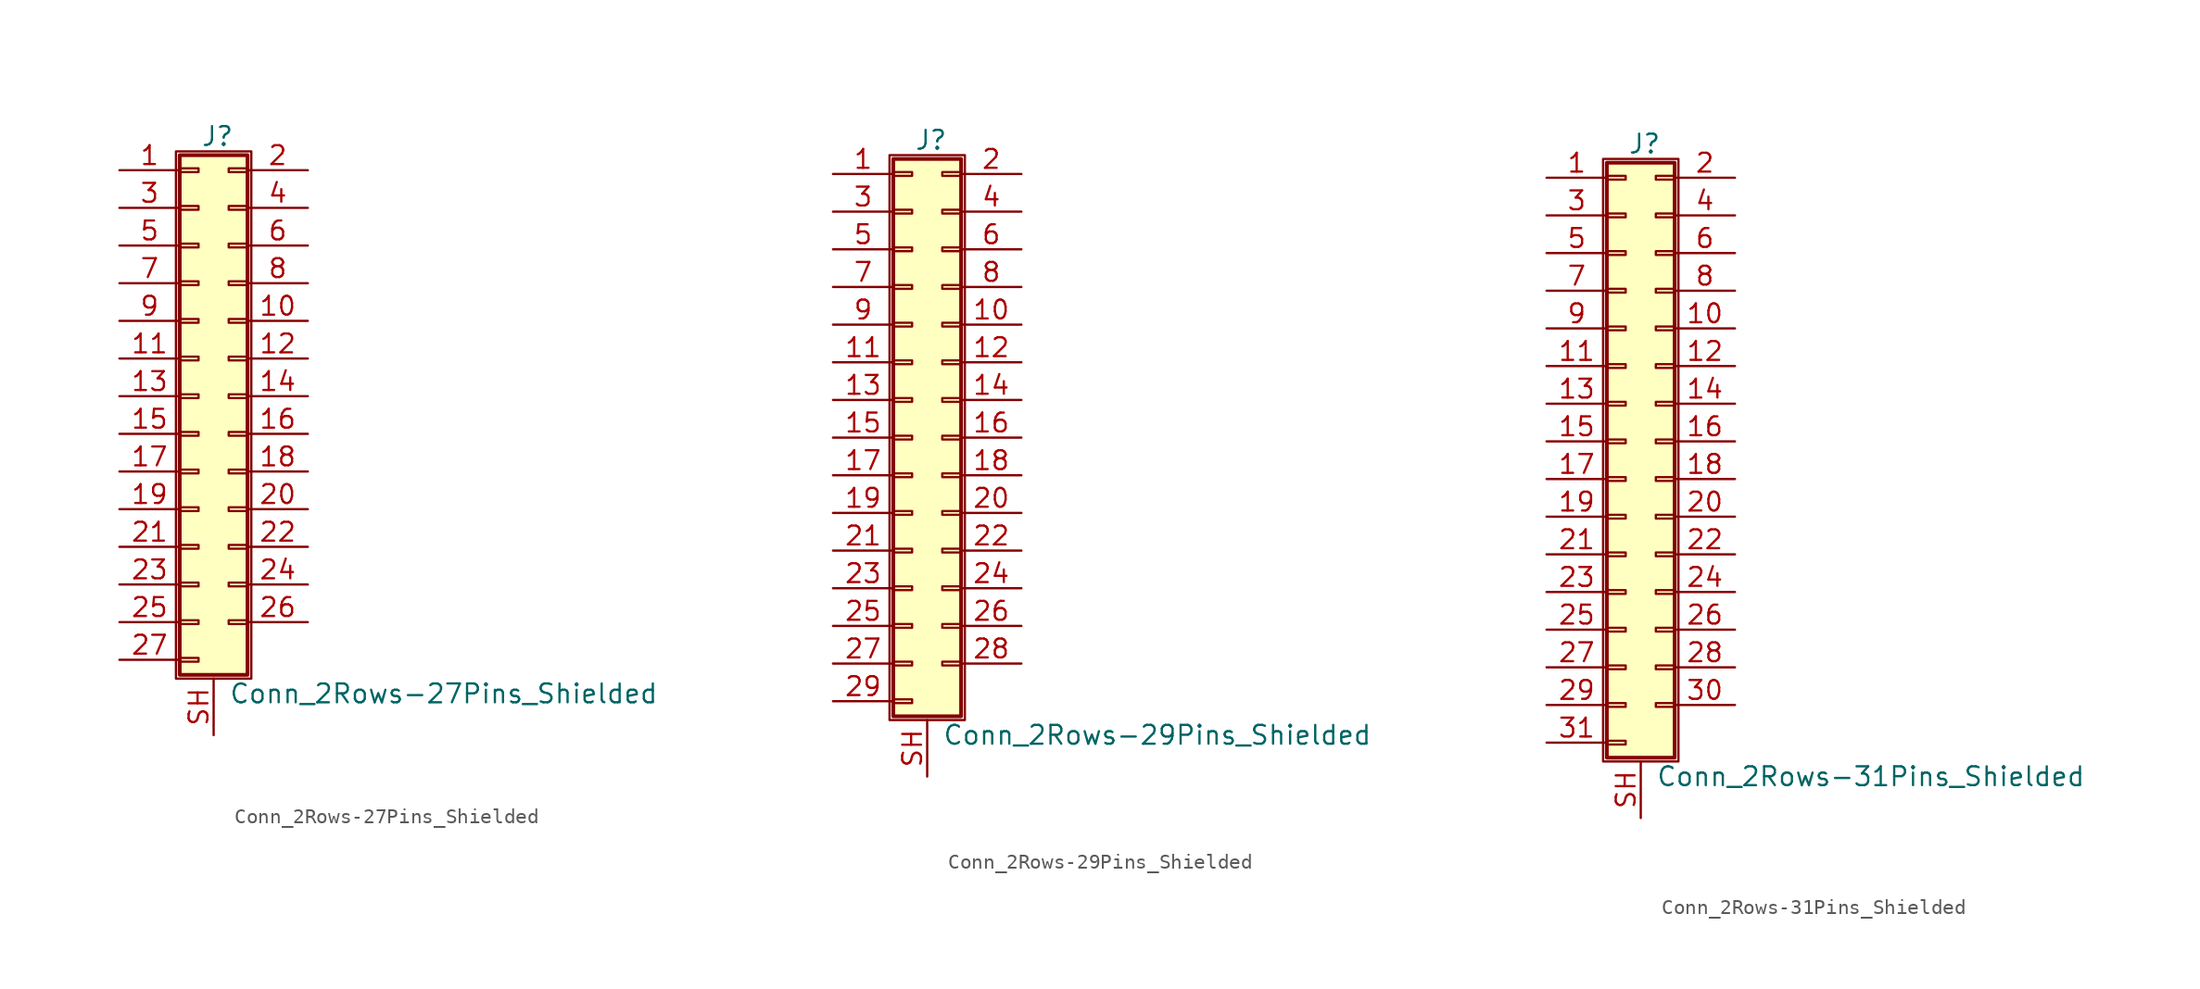
<source format=kicad_sym>
(kicad_symbol_lib
  (version 20200908)
  (generator kicad_symbol_editor)
  (symbol "Connector_Generic_Shielded:Conn_2Rows-27Pins_Shielded"
    (pin_names
      (offset 1.016) hide)
    (property "Reference" "J"
      (at 1.524 17.526 0)
      (effects (font (size 1.27 1.27))))
    (property "Value" "Conn_2Rows-27Pins_Shielded"
      (at 2.286 -20.066 0)
      (effects (font (size 1.27 1.27)) (justify left)))
    (symbol "Conn_2Rows-27Pins_Shielded_1_1"
      (rectangle (start -1.016 -4.953) (end 0.254 -5.207) (stroke (width 0.152)) (fill (type none)))
      (rectangle (start -1.016 -7.493) (end 0.254 -7.747) (stroke (width 0.152)) (fill (type none)))
      (rectangle (start -1.016 -10.033) (end 0.254 -10.287) (stroke (width 0.152)) (fill (type none)))
      (rectangle (start -1.016 -12.573) (end 0.254 -12.827) (stroke (width 0.152)) (fill (type none)))
      (rectangle (start -1.016 -15.113) (end 0.254 -15.367) (stroke (width 0.152)) (fill (type none)))
      (rectangle (start -1.016 -17.653) (end 0.254 -17.907) (stroke (width 0.152)) (fill (type none)))
      (rectangle (start -1.016 -2.413) (end 0.254 -2.667) (stroke (width 0.152)) (fill (type none)))
      (rectangle (start -1.016 2.667) (end 0.254 2.413) (stroke (width 0.152)) (fill (type none)))
      (rectangle (start -1.016 5.207) (end 0.254 4.953) (stroke (width 0.152)) (fill (type none)))
      (rectangle (start -1.016 7.747) (end 0.254 7.493) (stroke (width 0.152)) (fill (type none)))
      (rectangle (start -1.016 10.287) (end 0.254 10.033) (stroke (width 0.152)) (fill (type none)))
      (rectangle (start -1.016 0.127) (end 0.254 -0.127) (stroke (width 0.152)) (fill (type none)))
      (rectangle (start -1.016 12.827) (end 0.254 12.573) (stroke (width 0.152)) (fill (type none)))
      (rectangle (start -1.016 15.367) (end 0.254 15.113) (stroke (width 0.152)) (fill (type none)))
      (rectangle (start -1.016 16.256) (end 3.556 -18.796) (stroke (width 0.254)) (fill (type background)))
      (rectangle (start -1.27 16.51) (end 3.81 -19.05) (stroke (width 0.152)) (fill (type none)))
      (rectangle (start 3.556 -4.953) (end 2.286 -5.207) (stroke (width 0.152)) (fill (type none)))
      (rectangle (start 3.556 -7.493) (end 2.286 -7.747) (stroke (width 0.152)) (fill (type none)))
      (rectangle (start 3.556 -10.033) (end 2.286 -10.287) (stroke (width 0.152)) (fill (type none)))
      (rectangle (start 3.556 -12.573) (end 2.286 -12.827) (stroke (width 0.152)) (fill (type none)))
      (rectangle (start 3.556 -15.113) (end 2.286 -15.367) (stroke (width 0.152)) (fill (type none)))
      (rectangle (start 3.556 -2.413) (end 2.286 -2.667) (stroke (width 0.152)) (fill (type none)))
      (rectangle (start 3.556 2.667) (end 2.286 2.413) (stroke (width 0.152)) (fill (type none)))
      (rectangle (start 3.556 5.207) (end 2.286 4.953) (stroke (width 0.152)) (fill (type none)))
      (rectangle (start 3.556 7.747) (end 2.286 7.493) (stroke (width 0.152)) (fill (type none)))
      (rectangle (start 3.556 10.287) (end 2.286 10.033) (stroke (width 0.152)) (fill (type none)))
      (rectangle (start 3.556 0.127) (end 2.286 -0.127) (stroke (width 0.152)) (fill (type none)))
      (rectangle (start 3.556 12.827) (end 2.286 12.573) (stroke (width 0.152)) (fill (type none)))
      (rectangle (start 3.556 15.367) (end 2.286 15.113) (stroke (width 0.152)) (fill (type none)))
      (pin passive line (at -5.08 15.24 0) (length 4.064) (name "Pin_1" (effects (font (size 1.27 1.27)))) (number "1" (effects (font (size 1.27 1.27)))))
      (pin passive line (at 7.62 5.08 180) (length 4.064) (name "Pin_10" (effects (font (size 1.27 1.27)))) (number "10" (effects (font (size 1.27 1.27)))))
      (pin passive line (at -5.08 2.54 0) (length 4.064) (name "Pin_11" (effects (font (size 1.27 1.27)))) (number "11" (effects (font (size 1.27 1.27)))))
      (pin passive line (at 7.62 2.54 180) (length 4.064) (name "Pin_12" (effects (font (size 1.27 1.27)))) (number "12" (effects (font (size 1.27 1.27)))))
      (pin passive line (at -5.08 0 0) (length 4.064) (name "Pin_13" (effects (font (size 1.27 1.27)))) (number "13" (effects (font (size 1.27 1.27)))))
      (pin passive line (at 7.62 0 180) (length 4.064) (name "Pin_14" (effects (font (size 1.27 1.27)))) (number "14" (effects (font (size 1.27 1.27)))))
      (pin passive line (at -5.08 -2.54 0) (length 4.064) (name "Pin_15" (effects (font (size 1.27 1.27)))) (number "15" (effects (font (size 1.27 1.27)))))
      (pin passive line (at 7.62 -2.54 180) (length 4.064) (name "Pin_16" (effects (font (size 1.27 1.27)))) (number "16" (effects (font (size 1.27 1.27)))))
      (pin passive line (at -5.08 -5.08 0) (length 4.064) (name "Pin_17" (effects (font (size 1.27 1.27)))) (number "17" (effects (font (size 1.27 1.27)))))
      (pin passive line (at 7.62 -5.08 180) (length 4.064) (name "Pin_18" (effects (font (size 1.27 1.27)))) (number "18" (effects (font (size 1.27 1.27)))))
      (pin passive line (at -5.08 -7.62 0) (length 4.064) (name "Pin_19" (effects (font (size 1.27 1.27)))) (number "19" (effects (font (size 1.27 1.27)))))
      (pin passive line (at 7.62 15.24 180) (length 4.064) (name "Pin_2" (effects (font (size 1.27 1.27)))) (number "2" (effects (font (size 1.27 1.27)))))
      (pin passive line (at 7.62 -7.62 180) (length 4.064) (name "Pin_20" (effects (font (size 1.27 1.27)))) (number "20" (effects (font (size 1.27 1.27)))))
      (pin passive line (at -5.08 -10.16 0) (length 4.064) (name "Pin_21" (effects (font (size 1.27 1.27)))) (number "21" (effects (font (size 1.27 1.27)))))
      (pin passive line (at 7.62 -10.16 180) (length 4.064) (name "Pin_22" (effects (font (size 1.27 1.27)))) (number "22" (effects (font (size 1.27 1.27)))))
      (pin passive line (at -5.08 -12.7 0) (length 4.064) (name "Pin_23" (effects (font (size 1.27 1.27)))) (number "23" (effects (font (size 1.27 1.27)))))
      (pin passive line (at 7.62 -12.7 180) (length 4.064) (name "Pin_24" (effects (font (size 1.27 1.27)))) (number "24" (effects (font (size 1.27 1.27)))))
      (pin passive line (at -5.08 -15.24 0) (length 4.064) (name "Pin_25" (effects (font (size 1.27 1.27)))) (number "25" (effects (font (size 1.27 1.27)))))
      (pin passive line (at 7.62 -15.24 180) (length 4.064) (name "Pin_26" (effects (font (size 1.27 1.27)))) (number "26" (effects (font (size 1.27 1.27)))))
      (pin passive line (at -5.08 -17.78 0) (length 4.064) (name "Pin_27" (effects (font (size 1.27 1.27)))) (number "27" (effects (font (size 1.27 1.27)))))
      (pin passive line (at -5.08 12.7 0) (length 4.064) (name "Pin_3" (effects (font (size 1.27 1.27)))) (number "3" (effects (font (size 1.27 1.27)))))
      (pin passive line (at 7.62 12.7 180) (length 4.064) (name "Pin_4" (effects (font (size 1.27 1.27)))) (number "4" (effects (font (size 1.27 1.27)))))
      (pin passive line (at -5.08 10.16 0) (length 4.064) (name "Pin_5" (effects (font (size 1.27 1.27)))) (number "5" (effects (font (size 1.27 1.27)))))
      (pin passive line (at 7.62 10.16 180) (length 4.064) (name "Pin_6" (effects (font (size 1.27 1.27)))) (number "6" (effects (font (size 1.27 1.27)))))
      (pin passive line (at -5.08 7.62 0) (length 4.064) (name "Pin_7" (effects (font (size 1.27 1.27)))) (number "7" (effects (font (size 1.27 1.27)))))
      (pin passive line (at 7.62 7.62 180) (length 4.064) (name "Pin_8" (effects (font (size 1.27 1.27)))) (number "8" (effects (font (size 1.27 1.27)))))
      (pin passive line (at -5.08 5.08 0) (length 4.064) (name "Pin_9" (effects (font (size 1.27 1.27)))) (number "9" (effects (font (size 1.27 1.27)))))
      (pin passive line (at 1.27 -22.86 90) (length 3.81) (name "Shield" (effects (font (size 1.27 1.27)))) (number "SH" (effects (font (size 1.27 1.27)))))))
  (symbol "Connector_Generic_Shielded:Conn_2Rows-29Pins_Shielded"
    (pin_names
      (offset 1.016) hide)
    (property "Reference" "J"
      (at 1.524 20.066 0)
      (effects (font (size 1.27 1.27))))
    (property "Value" "Conn_2Rows-29Pins_Shielded"
      (at 2.286 -20.066 0)
      (effects (font (size 1.27 1.27)) (justify left)))
    (symbol "Conn_2Rows-29Pins_Shielded_1_1"
      (rectangle (start -1.016 -4.953) (end 0.254 -5.207) (stroke (width 0.152)) (fill (type none)))
      (rectangle (start -1.016 -7.493) (end 0.254 -7.747) (stroke (width 0.152)) (fill (type none)))
      (rectangle (start -1.016 -10.033) (end 0.254 -10.287) (stroke (width 0.152)) (fill (type none)))
      (rectangle (start -1.016 -12.573) (end 0.254 -12.827) (stroke (width 0.152)) (fill (type none)))
      (rectangle (start -1.016 -15.113) (end 0.254 -15.367) (stroke (width 0.152)) (fill (type none)))
      (rectangle (start -1.016 -17.653) (end 0.254 -17.907) (stroke (width 0.152)) (fill (type none)))
      (rectangle (start -1.016 -2.413) (end 0.254 -2.667) (stroke (width 0.152)) (fill (type none)))
      (rectangle (start -1.016 2.667) (end 0.254 2.413) (stroke (width 0.152)) (fill (type none)))
      (rectangle (start -1.016 5.207) (end 0.254 4.953) (stroke (width 0.152)) (fill (type none)))
      (rectangle (start -1.016 7.747) (end 0.254 7.493) (stroke (width 0.152)) (fill (type none)))
      (rectangle (start -1.016 10.287) (end 0.254 10.033) (stroke (width 0.152)) (fill (type none)))
      (rectangle (start -1.016 0.127) (end 0.254 -0.127) (stroke (width 0.152)) (fill (type none)))
      (rectangle (start -1.016 12.827) (end 0.254 12.573) (stroke (width 0.152)) (fill (type none)))
      (rectangle (start -1.016 15.367) (end 0.254 15.113) (stroke (width 0.152)) (fill (type none)))
      (rectangle (start -1.016 17.907) (end 0.254 17.653) (stroke (width 0.152)) (fill (type none)))
      (rectangle (start -1.016 18.796) (end 3.556 -18.796) (stroke (width 0.254)) (fill (type background)))
      (rectangle (start -1.27 19.05) (end 3.81 -19.05) (stroke (width 0.152)) (fill (type none)))
      (rectangle (start 3.556 -4.953) (end 2.286 -5.207) (stroke (width 0.152)) (fill (type none)))
      (rectangle (start 3.556 -7.493) (end 2.286 -7.747) (stroke (width 0.152)) (fill (type none)))
      (rectangle (start 3.556 -10.033) (end 2.286 -10.287) (stroke (width 0.152)) (fill (type none)))
      (rectangle (start 3.556 -12.573) (end 2.286 -12.827) (stroke (width 0.152)) (fill (type none)))
      (rectangle (start 3.556 -15.113) (end 2.286 -15.367) (stroke (width 0.152)) (fill (type none)))
      (rectangle (start 3.556 -2.413) (end 2.286 -2.667) (stroke (width 0.152)) (fill (type none)))
      (rectangle (start 3.556 2.667) (end 2.286 2.413) (stroke (width 0.152)) (fill (type none)))
      (rectangle (start 3.556 5.207) (end 2.286 4.953) (stroke (width 0.152)) (fill (type none)))
      (rectangle (start 3.556 7.747) (end 2.286 7.493) (stroke (width 0.152)) (fill (type none)))
      (rectangle (start 3.556 10.287) (end 2.286 10.033) (stroke (width 0.152)) (fill (type none)))
      (rectangle (start 3.556 0.127) (end 2.286 -0.127) (stroke (width 0.152)) (fill (type none)))
      (rectangle (start 3.556 12.827) (end 2.286 12.573) (stroke (width 0.152)) (fill (type none)))
      (rectangle (start 3.556 15.367) (end 2.286 15.113) (stroke (width 0.152)) (fill (type none)))
      (rectangle (start 3.556 17.907) (end 2.286 17.653) (stroke (width 0.152)) (fill (type none)))
      (pin passive line (at -5.08 17.78 0) (length 4.064) (name "Pin_1" (effects (font (size 1.27 1.27)))) (number "1" (effects (font (size 1.27 1.27)))))
      (pin passive line (at 7.62 7.62 180) (length 4.064) (name "Pin_10" (effects (font (size 1.27 1.27)))) (number "10" (effects (font (size 1.27 1.27)))))
      (pin passive line (at -5.08 5.08 0) (length 4.064) (name "Pin_11" (effects (font (size 1.27 1.27)))) (number "11" (effects (font (size 1.27 1.27)))))
      (pin passive line (at 7.62 5.08 180) (length 4.064) (name "Pin_12" (effects (font (size 1.27 1.27)))) (number "12" (effects (font (size 1.27 1.27)))))
      (pin passive line (at -5.08 2.54 0) (length 4.064) (name "Pin_13" (effects (font (size 1.27 1.27)))) (number "13" (effects (font (size 1.27 1.27)))))
      (pin passive line (at 7.62 2.54 180) (length 4.064) (name "Pin_14" (effects (font (size 1.27 1.27)))) (number "14" (effects (font (size 1.27 1.27)))))
      (pin passive line (at -5.08 0 0) (length 4.064) (name "Pin_15" (effects (font (size 1.27 1.27)))) (number "15" (effects (font (size 1.27 1.27)))))
      (pin passive line (at 7.62 0 180) (length 4.064) (name "Pin_16" (effects (font (size 1.27 1.27)))) (number "16" (effects (font (size 1.27 1.27)))))
      (pin passive line (at -5.08 -2.54 0) (length 4.064) (name "Pin_17" (effects (font (size 1.27 1.27)))) (number "17" (effects (font (size 1.27 1.27)))))
      (pin passive line (at 7.62 -2.54 180) (length 4.064) (name "Pin_18" (effects (font (size 1.27 1.27)))) (number "18" (effects (font (size 1.27 1.27)))))
      (pin passive line (at -5.08 -5.08 0) (length 4.064) (name "Pin_19" (effects (font (size 1.27 1.27)))) (number "19" (effects (font (size 1.27 1.27)))))
      (pin passive line (at 7.62 17.78 180) (length 4.064) (name "Pin_2" (effects (font (size 1.27 1.27)))) (number "2" (effects (font (size 1.27 1.27)))))
      (pin passive line (at 7.62 -5.08 180) (length 4.064) (name "Pin_20" (effects (font (size 1.27 1.27)))) (number "20" (effects (font (size 1.27 1.27)))))
      (pin passive line (at -5.08 -7.62 0) (length 4.064) (name "Pin_21" (effects (font (size 1.27 1.27)))) (number "21" (effects (font (size 1.27 1.27)))))
      (pin passive line (at 7.62 -7.62 180) (length 4.064) (name "Pin_22" (effects (font (size 1.27 1.27)))) (number "22" (effects (font (size 1.27 1.27)))))
      (pin passive line (at -5.08 -10.16 0) (length 4.064) (name "Pin_23" (effects (font (size 1.27 1.27)))) (number "23" (effects (font (size 1.27 1.27)))))
      (pin passive line (at 7.62 -10.16 180) (length 4.064) (name "Pin_24" (effects (font (size 1.27 1.27)))) (number "24" (effects (font (size 1.27 1.27)))))
      (pin passive line (at -5.08 -12.7 0) (length 4.064) (name "Pin_25" (effects (font (size 1.27 1.27)))) (number "25" (effects (font (size 1.27 1.27)))))
      (pin passive line (at 7.62 -12.7 180) (length 4.064) (name "Pin_26" (effects (font (size 1.27 1.27)))) (number "26" (effects (font (size 1.27 1.27)))))
      (pin passive line (at -5.08 -15.24 0) (length 4.064) (name "Pin_27" (effects (font (size 1.27 1.27)))) (number "27" (effects (font (size 1.27 1.27)))))
      (pin passive line (at 7.62 -15.24 180) (length 4.064) (name "Pin_28" (effects (font (size 1.27 1.27)))) (number "28" (effects (font (size 1.27 1.27)))))
      (pin passive line (at -5.08 -17.78 0) (length 4.064) (name "Pin_29" (effects (font (size 1.27 1.27)))) (number "29" (effects (font (size 1.27 1.27)))))
      (pin passive line (at -5.08 15.24 0) (length 4.064) (name "Pin_3" (effects (font (size 1.27 1.27)))) (number "3" (effects (font (size 1.27 1.27)))))
      (pin passive line (at 7.62 15.24 180) (length 4.064) (name "Pin_4" (effects (font (size 1.27 1.27)))) (number "4" (effects (font (size 1.27 1.27)))))
      (pin passive line (at -5.08 12.7 0) (length 4.064) (name "Pin_5" (effects (font (size 1.27 1.27)))) (number "5" (effects (font (size 1.27 1.27)))))
      (pin passive line (at 7.62 12.7 180) (length 4.064) (name "Pin_6" (effects (font (size 1.27 1.27)))) (number "6" (effects (font (size 1.27 1.27)))))
      (pin passive line (at -5.08 10.16 0) (length 4.064) (name "Pin_7" (effects (font (size 1.27 1.27)))) (number "7" (effects (font (size 1.27 1.27)))))
      (pin passive line (at 7.62 10.16 180) (length 4.064) (name "Pin_8" (effects (font (size 1.27 1.27)))) (number "8" (effects (font (size 1.27 1.27)))))
      (pin passive line (at -5.08 7.62 0) (length 4.064) (name "Pin_9" (effects (font (size 1.27 1.27)))) (number "9" (effects (font (size 1.27 1.27)))))
      (pin passive line (at 1.27 -22.86 90) (length 3.81) (name "Shield" (effects (font (size 1.27 1.27)))) (number "SH" (effects (font (size 1.27 1.27)))))))
  (symbol "Connector_Generic_Shielded:Conn_2Rows-31Pins_Shielded"
    (pin_names
      (offset 1.016) hide)
    (property "Reference" "J"
      (at 1.524 20.066 0)
      (effects (font (size 1.27 1.27))))
    (property "Value" "Conn_2Rows-31Pins_Shielded"
      (at 2.286 -22.606 0)
      (effects (font (size 1.27 1.27)) (justify left)))
    (symbol "Conn_2Rows-31Pins_Shielded_1_1"
      (rectangle (start -1.016 -4.953) (end 0.254 -5.207) (stroke (width 0.152)) (fill (type none)))
      (rectangle (start -1.016 -7.493) (end 0.254 -7.747) (stroke (width 0.152)) (fill (type none)))
      (rectangle (start -1.016 -10.033) (end 0.254 -10.287) (stroke (width 0.152)) (fill (type none)))
      (rectangle (start -1.016 -12.573) (end 0.254 -12.827) (stroke (width 0.152)) (fill (type none)))
      (rectangle (start -1.016 -15.113) (end 0.254 -15.367) (stroke (width 0.152)) (fill (type none)))
      (rectangle (start -1.016 -17.653) (end 0.254 -17.907) (stroke (width 0.152)) (fill (type none)))
      (rectangle (start -1.016 -20.193) (end 0.254 -20.447) (stroke (width 0.152)) (fill (type none)))
      (rectangle (start -1.016 -2.413) (end 0.254 -2.667) (stroke (width 0.152)) (fill (type none)))
      (rectangle (start -1.016 2.667) (end 0.254 2.413) (stroke (width 0.152)) (fill (type none)))
      (rectangle (start -1.016 5.207) (end 0.254 4.953) (stroke (width 0.152)) (fill (type none)))
      (rectangle (start -1.016 7.747) (end 0.254 7.493) (stroke (width 0.152)) (fill (type none)))
      (rectangle (start -1.016 10.287) (end 0.254 10.033) (stroke (width 0.152)) (fill (type none)))
      (rectangle (start -1.016 0.127) (end 0.254 -0.127) (stroke (width 0.152)) (fill (type none)))
      (rectangle (start -1.016 12.827) (end 0.254 12.573) (stroke (width 0.152)) (fill (type none)))
      (rectangle (start -1.016 15.367) (end 0.254 15.113) (stroke (width 0.152)) (fill (type none)))
      (rectangle (start -1.016 17.907) (end 0.254 17.653) (stroke (width 0.152)) (fill (type none)))
      (rectangle (start -1.016 18.796) (end 3.556 -21.336) (stroke (width 0.254)) (fill (type background)))
      (rectangle (start -1.27 19.05) (end 3.81 -21.59) (stroke (width 0.152)) (fill (type none)))
      (rectangle (start 3.556 -4.953) (end 2.286 -5.207) (stroke (width 0.152)) (fill (type none)))
      (rectangle (start 3.556 -7.493) (end 2.286 -7.747) (stroke (width 0.152)) (fill (type none)))
      (rectangle (start 3.556 -10.033) (end 2.286 -10.287) (stroke (width 0.152)) (fill (type none)))
      (rectangle (start 3.556 -12.573) (end 2.286 -12.827) (stroke (width 0.152)) (fill (type none)))
      (rectangle (start 3.556 -15.113) (end 2.286 -15.367) (stroke (width 0.152)) (fill (type none)))
      (rectangle (start 3.556 -17.653) (end 2.286 -17.907) (stroke (width 0.152)) (fill (type none)))
      (rectangle (start 3.556 -2.413) (end 2.286 -2.667) (stroke (width 0.152)) (fill (type none)))
      (rectangle (start 3.556 2.667) (end 2.286 2.413) (stroke (width 0.152)) (fill (type none)))
      (rectangle (start 3.556 5.207) (end 2.286 4.953) (stroke (width 0.152)) (fill (type none)))
      (rectangle (start 3.556 7.747) (end 2.286 7.493) (stroke (width 0.152)) (fill (type none)))
      (rectangle (start 3.556 10.287) (end 2.286 10.033) (stroke (width 0.152)) (fill (type none)))
      (rectangle (start 3.556 0.127) (end 2.286 -0.127) (stroke (width 0.152)) (fill (type none)))
      (rectangle (start 3.556 12.827) (end 2.286 12.573) (stroke (width 0.152)) (fill (type none)))
      (rectangle (start 3.556 15.367) (end 2.286 15.113) (stroke (width 0.152)) (fill (type none)))
      (rectangle (start 3.556 17.907) (end 2.286 17.653) (stroke (width 0.152)) (fill (type none)))
      (pin passive line (at -5.08 17.78 0) (length 4.064) (name "Pin_1" (effects (font (size 1.27 1.27)))) (number "1" (effects (font (size 1.27 1.27)))))
      (pin passive line (at 7.62 7.62 180) (length 4.064) (name "Pin_10" (effects (font (size 1.27 1.27)))) (number "10" (effects (font (size 1.27 1.27)))))
      (pin passive line (at -5.08 5.08 0) (length 4.064) (name "Pin_11" (effects (font (size 1.27 1.27)))) (number "11" (effects (font (size 1.27 1.27)))))
      (pin passive line (at 7.62 5.08 180) (length 4.064) (name "Pin_12" (effects (font (size 1.27 1.27)))) (number "12" (effects (font (size 1.27 1.27)))))
      (pin passive line (at -5.08 2.54 0) (length 4.064) (name "Pin_13" (effects (font (size 1.27 1.27)))) (number "13" (effects (font (size 1.27 1.27)))))
      (pin passive line (at 7.62 2.54 180) (length 4.064) (name "Pin_14" (effects (font (size 1.27 1.27)))) (number "14" (effects (font (size 1.27 1.27)))))
      (pin passive line (at -5.08 0 0) (length 4.064) (name "Pin_15" (effects (font (size 1.27 1.27)))) (number "15" (effects (font (size 1.27 1.27)))))
      (pin passive line (at 7.62 0 180) (length 4.064) (name "Pin_16" (effects (font (size 1.27 1.27)))) (number "16" (effects (font (size 1.27 1.27)))))
      (pin passive line (at -5.08 -2.54 0) (length 4.064) (name "Pin_17" (effects (font (size 1.27 1.27)))) (number "17" (effects (font (size 1.27 1.27)))))
      (pin passive line (at 7.62 -2.54 180) (length 4.064) (name "Pin_18" (effects (font (size 1.27 1.27)))) (number "18" (effects (font (size 1.27 1.27)))))
      (pin passive line (at -5.08 -5.08 0) (length 4.064) (name "Pin_19" (effects (font (size 1.27 1.27)))) (number "19" (effects (font (size 1.27 1.27)))))
      (pin passive line (at 7.62 17.78 180) (length 4.064) (name "Pin_2" (effects (font (size 1.27 1.27)))) (number "2" (effects (font (size 1.27 1.27)))))
      (pin passive line (at 7.62 -5.08 180) (length 4.064) (name "Pin_20" (effects (font (size 1.27 1.27)))) (number "20" (effects (font (size 1.27 1.27)))))
      (pin passive line (at -5.08 -7.62 0) (length 4.064) (name "Pin_21" (effects (font (size 1.27 1.27)))) (number "21" (effects (font (size 1.27 1.27)))))
      (pin passive line (at 7.62 -7.62 180) (length 4.064) (name "Pin_22" (effects (font (size 1.27 1.27)))) (number "22" (effects (font (size 1.27 1.27)))))
      (pin passive line (at -5.08 -10.16 0) (length 4.064) (name "Pin_23" (effects (font (size 1.27 1.27)))) (number "23" (effects (font (size 1.27 1.27)))))
      (pin passive line (at 7.62 -10.16 180) (length 4.064) (name "Pin_24" (effects (font (size 1.27 1.27)))) (number "24" (effects (font (size 1.27 1.27)))))
      (pin passive line (at -5.08 -12.7 0) (length 4.064) (name "Pin_25" (effects (font (size 1.27 1.27)))) (number "25" (effects (font (size 1.27 1.27)))))
      (pin passive line (at 7.62 -12.7 180) (length 4.064) (name "Pin_26" (effects (font (size 1.27 1.27)))) (number "26" (effects (font (size 1.27 1.27)))))
      (pin passive line (at -5.08 -15.24 0) (length 4.064) (name "Pin_27" (effects (font (size 1.27 1.27)))) (number "27" (effects (font (size 1.27 1.27)))))
      (pin passive line (at 7.62 -15.24 180) (length 4.064) (name "Pin_28" (effects (font (size 1.27 1.27)))) (number "28" (effects (font (size 1.27 1.27)))))
      (pin passive line (at -5.08 -17.78 0) (length 4.064) (name "Pin_29" (effects (font (size 1.27 1.27)))) (number "29" (effects (font (size 1.27 1.27)))))
      (pin passive line (at -5.08 15.24 0) (length 4.064) (name "Pin_3" (effects (font (size 1.27 1.27)))) (number "3" (effects (font (size 1.27 1.27)))))
      (pin passive line (at 7.62 -17.78 180) (length 4.064) (name "Pin_30" (effects (font (size 1.27 1.27)))) (number "30" (effects (font (size 1.27 1.27)))))
      (pin passive line (at -5.08 -20.32 0) (length 4.064) (name "Pin_31" (effects (font (size 1.27 1.27)))) (number "31" (effects (font (size 1.27 1.27)))))
      (pin passive line (at 7.62 15.24 180) (length 4.064) (name "Pin_4" (effects (font (size 1.27 1.27)))) (number "4" (effects (font (size 1.27 1.27)))))
      (pin passive line (at -5.08 12.7 0) (length 4.064) (name "Pin_5" (effects (font (size 1.27 1.27)))) (number "5" (effects (font (size 1.27 1.27)))))
      (pin passive line (at 7.62 12.7 180) (length 4.064) (name "Pin_6" (effects (font (size 1.27 1.27)))) (number "6" (effects (font (size 1.27 1.27)))))
      (pin passive line (at -5.08 10.16 0) (length 4.064) (name "Pin_7" (effects (font (size 1.27 1.27)))) (number "7" (effects (font (size 1.27 1.27)))))
      (pin passive line (at 7.62 10.16 180) (length 4.064) (name "Pin_8" (effects (font (size 1.27 1.27)))) (number "8" (effects (font (size 1.27 1.27)))))
      (pin passive line (at -5.08 7.62 0) (length 4.064) (name "Pin_9" (effects (font (size 1.27 1.27)))) (number "9" (effects (font (size 1.27 1.27)))))
      (pin passive line (at 1.27 -25.4 90) (length 3.81) (name "Shield" (effects (font (size 1.27 1.27)))) (number "SH" (effects (font (size 1.27 1.27))))))))
</source>
